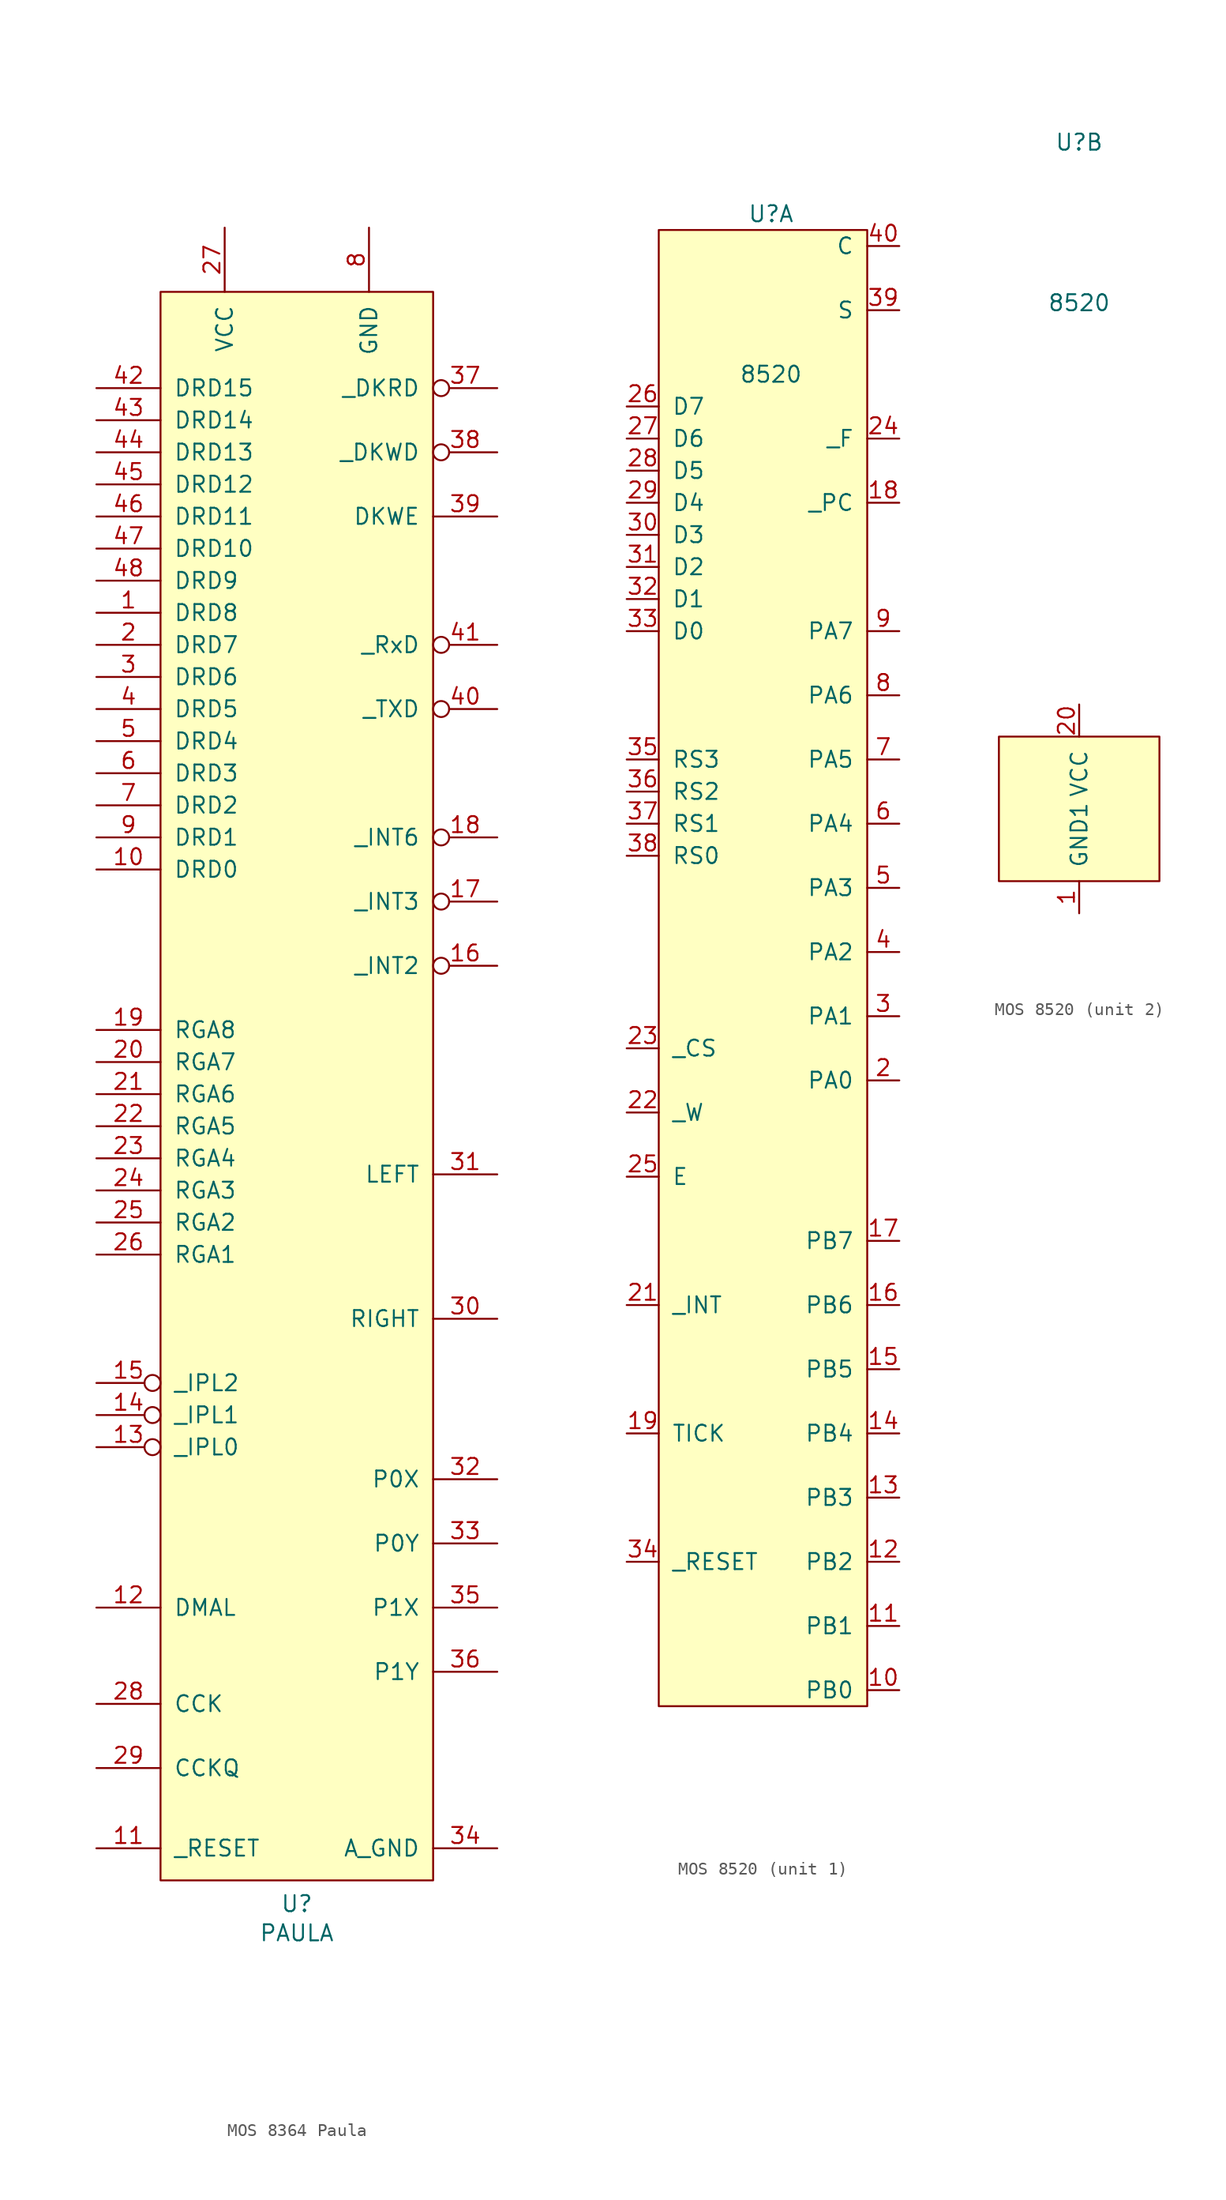
<source format=kicad_sym>
(kicad_symbol_lib
  (version 20231120)
  (generator "kicad_symbol_editor")
  (generator_version "8.0")
  (symbol "MOS 8364 Paula"
    (pin_names
      (offset 1.016))
    (property "Reference" "U"
      (at -0.635 -69.164 0)
      (effects (font (size 1.27 1.27))))
    (property "Value" "PAULA"
      (at -0.635 -71.476 0)
      (effects (font (size 1.27 1.27))))
    (symbol "MOS 8364 Paula_0_1"
      (rectangle (start -11.43 58.42) (end 10.16 -67.31) (stroke (width 0) (type solid)) (fill (type background))))
    (symbol "MOS 8364 Paula_1_1"
      (pin passive line (at -16.51 33.02 0) (length 5.08) (name "DRD8" (effects (font (size 1.27 1.27)))) (number "1" (effects (font (size 1.27 1.27)))))
      (pin passive line (at -16.51 12.7 0) (length 5.08) (name "DRD0" (effects (font (size 1.27 1.27)))) (number "10" (effects (font (size 1.27 1.27)))))
      (pin passive line (at -16.51 -64.77 0) (length 5.08) (name "_RESET" (effects (font (size 1.27 1.27)))) (number "11" (effects (font (size 1.27 1.27)))))
      (pin passive line (at -16.51 -45.72 0) (length 5.08) (name "DMAL" (effects (font (size 1.27 1.27)))) (number "12" (effects (font (size 1.27 1.27)))))
      (pin passive inverted (at -16.51 -33.02 0) (length 5.08) (name "_IPL0" (effects (font (size 1.27 1.27)))) (number "13" (effects (font (size 1.27 1.27)))))
      (pin passive inverted (at -16.51 -30.48 0) (length 5.08) (name "_IPL1" (effects (font (size 1.27 1.27)))) (number "14" (effects (font (size 1.27 1.27)))))
      (pin passive inverted (at -16.51 -27.94 0) (length 5.08) (name "_IPL2" (effects (font (size 1.27 1.27)))) (number "15" (effects (font (size 1.27 1.27)))))
      (pin passive inverted (at 15.24 5.08 180) (length 5.08) (name "_INT2" (effects (font (size 1.27 1.27)))) (number "16" (effects (font (size 1.27 1.27)))))
      (pin passive inverted (at 15.24 10.16 180) (length 5.08) (name "_INT3" (effects (font (size 1.27 1.27)))) (number "17" (effects (font (size 1.27 1.27)))))
      (pin passive inverted (at 15.24 15.24 180) (length 5.08) (name "_INT6" (effects (font (size 1.27 1.27)))) (number "18" (effects (font (size 1.27 1.27)))))
      (pin passive line (at -16.51 0 0) (length 5.08) (name "RGA8" (effects (font (size 1.27 1.27)))) (number "19" (effects (font (size 1.27 1.27)))))
      (pin passive line (at -16.51 30.48 0) (length 5.08) (name "DRD7" (effects (font (size 1.27 1.27)))) (number "2" (effects (font (size 1.27 1.27)))))
      (pin passive line (at -16.51 -2.54 0) (length 5.08) (name "RGA7" (effects (font (size 1.27 1.27)))) (number "20" (effects (font (size 1.27 1.27)))))
      (pin passive line (at -16.51 -5.08 0) (length 5.08) (name "RGA6" (effects (font (size 1.27 1.27)))) (number "21" (effects (font (size 1.27 1.27)))))
      (pin passive line (at -16.51 -7.62 0) (length 5.08) (name "RGA5" (effects (font (size 1.27 1.27)))) (number "22" (effects (font (size 1.27 1.27)))))
      (pin passive line (at -16.51 -10.16 0) (length 5.08) (name "RGA4" (effects (font (size 1.27 1.27)))) (number "23" (effects (font (size 1.27 1.27)))))
      (pin passive line (at -16.51 -12.7 0) (length 5.08) (name "RGA3" (effects (font (size 1.27 1.27)))) (number "24" (effects (font (size 1.27 1.27)))))
      (pin passive line (at -16.51 -15.24 0) (length 5.08) (name "RGA2" (effects (font (size 1.27 1.27)))) (number "25" (effects (font (size 1.27 1.27)))))
      (pin passive line (at -16.51 -17.78 0) (length 5.08) (name "RGA1" (effects (font (size 1.27 1.27)))) (number "26" (effects (font (size 1.27 1.27)))))
      (pin passive line (at -6.35 63.5 270) (length 5.08) (name "VCC" (effects (font (size 1.27 1.27)))) (number "27" (effects (font (size 1.27 1.27)))))
      (pin passive line (at -16.51 -53.34 0) (length 5.08) (name "CCK" (effects (font (size 1.27 1.27)))) (number "28" (effects (font (size 1.27 1.27)))))
      (pin passive line (at -16.51 -58.42 0) (length 5.08) (name "CCKQ" (effects (font (size 1.27 1.27)))) (number "29" (effects (font (size 1.27 1.27)))))
      (pin passive line (at -16.51 27.94 0) (length 5.08) (name "DRD6" (effects (font (size 1.27 1.27)))) (number "3" (effects (font (size 1.27 1.27)))))
      (pin passive line (at 15.24 -22.86 180) (length 5.08) (name "RIGHT" (effects (font (size 1.27 1.27)))) (number "30" (effects (font (size 1.27 1.27)))))
      (pin passive line (at 15.24 -11.43 180) (length 5.08) (name "LEFT" (effects (font (size 1.27 1.27)))) (number "31" (effects (font (size 1.27 1.27)))))
      (pin passive line (at 15.24 -35.56 180) (length 5.08) (name "P0X" (effects (font (size 1.27 1.27)))) (number "32" (effects (font (size 1.27 1.27)))))
      (pin passive line (at 15.24 -40.64 180) (length 5.08) (name "P0Y" (effects (font (size 1.27 1.27)))) (number "33" (effects (font (size 1.27 1.27)))))
      (pin passive line (at 15.24 -64.77 180) (length 5.08) (name "A_GND" (effects (font (size 1.27 1.27)))) (number "34" (effects (font (size 1.27 1.27)))))
      (pin passive line (at 15.24 -45.72 180) (length 5.08) (name "P1X" (effects (font (size 1.27 1.27)))) (number "35" (effects (font (size 1.27 1.27)))))
      (pin passive line (at 15.24 -50.8 180) (length 5.08) (name "P1Y" (effects (font (size 1.27 1.27)))) (number "36" (effects (font (size 1.27 1.27)))))
      (pin passive inverted (at 15.24 50.8 180) (length 5.08) (name "_DKRD" (effects (font (size 1.27 1.27)))) (number "37" (effects (font (size 1.27 1.27)))))
      (pin passive inverted (at 15.24 45.72 180) (length 5.08) (name "_DKWD" (effects (font (size 1.27 1.27)))) (number "38" (effects (font (size 1.27 1.27)))))
      (pin passive line (at 15.24 40.64 180) (length 5.08) (name "DKWE" (effects (font (size 1.27 1.27)))) (number "39" (effects (font (size 1.27 1.27)))))
      (pin passive line (at -16.51 25.4 0) (length 5.08) (name "DRD5" (effects (font (size 1.27 1.27)))) (number "4" (effects (font (size 1.27 1.27)))))
      (pin passive inverted (at 15.24 25.4 180) (length 5.08) (name "_TXD" (effects (font (size 1.27 1.27)))) (number "40" (effects (font (size 1.27 1.27)))))
      (pin passive inverted (at 15.24 30.48 180) (length 5.08) (name "_RxD" (effects (font (size 1.27 1.27)))) (number "41" (effects (font (size 1.27 1.27)))))
      (pin passive line (at -16.51 50.8 0) (length 5.08) (name "DRD15" (effects (font (size 1.27 1.27)))) (number "42" (effects (font (size 1.27 1.27)))))
      (pin passive line (at -16.51 48.26 0) (length 5.08) (name "DRD14" (effects (font (size 1.27 1.27)))) (number "43" (effects (font (size 1.27 1.27)))))
      (pin passive line (at -16.51 45.72 0) (length 5.08) (name "DRD13" (effects (font (size 1.27 1.27)))) (number "44" (effects (font (size 1.27 1.27)))))
      (pin passive line (at -16.51 43.18 0) (length 5.08) (name "DRD12" (effects (font (size 1.27 1.27)))) (number "45" (effects (font (size 1.27 1.27)))))
      (pin passive line (at -16.51 40.64 0) (length 5.08) (name "DRD11" (effects (font (size 1.27 1.27)))) (number "46" (effects (font (size 1.27 1.27)))))
      (pin passive line (at -16.51 38.1 0) (length 5.08) (name "DRD10" (effects (font (size 1.27 1.27)))) (number "47" (effects (font (size 1.27 1.27)))))
      (pin passive line (at -16.51 35.56 0) (length 5.08) (name "DRD9" (effects (font (size 1.27 1.27)))) (number "48" (effects (font (size 1.27 1.27)))))
      (pin passive line (at -16.51 22.86 0) (length 5.08) (name "DRD4" (effects (font (size 1.27 1.27)))) (number "5" (effects (font (size 1.27 1.27)))))
      (pin passive line (at -16.51 20.32 0) (length 5.08) (name "DRD3" (effects (font (size 1.27 1.27)))) (number "6" (effects (font (size 1.27 1.27)))))
      (pin passive line (at -16.51 17.78 0) (length 5.08) (name "DRD2" (effects (font (size 1.27 1.27)))) (number "7" (effects (font (size 1.27 1.27)))))
      (pin passive line (at 5.08 63.5 270) (length 5.08) (name "GND" (effects (font (size 1.27 1.27)))) (number "8" (effects (font (size 1.27 1.27)))))
      (pin passive line (at -16.51 15.24 0) (length 5.08) (name "DRD1" (effects (font (size 1.27 1.27)))) (number "9" (effects (font (size 1.27 1.27)))))))
  (symbol "MOS 8520"
    (pin_names
      (offset 1.016))
    (property "Reference" "U"
      (at 0 53.34 0)
      (effects (font (size 1.27 1.27))))
    (property "Value" "8520"
      (at 0 40.64 0)
      (effects (font (size 1.27 1.27))))
    (property "ki_locked" ""
      (at 0 0 0)
      (effects (font (size 1.27 1.27))))
    (symbol "MOS 8520_1_1"
      (rectangle (start -8.89 52.07) (end 7.62 -64.77) (stroke (width 0) (type solid)) (fill (type background)))
      (pin bidirectional line (at 10.16 -63.5 180) (length 2.54) (name "PB0" (effects (font (size 1.27 1.27)))) (number "10" (effects (font (size 1.27 1.27)))))
      (pin bidirectional line (at 10.16 -58.42 180) (length 2.54) (name "PB1" (effects (font (size 1.27 1.27)))) (number "11" (effects (font (size 1.27 1.27)))))
      (pin bidirectional line (at 10.16 -53.34 180) (length 2.54) (name "PB2" (effects (font (size 1.27 1.27)))) (number "12" (effects (font (size 1.27 1.27)))))
      (pin bidirectional line (at 10.16 -48.26 180) (length 2.54) (name "PB3" (effects (font (size 1.27 1.27)))) (number "13" (effects (font (size 1.27 1.27)))))
      (pin bidirectional line (at 10.16 -43.18 180) (length 2.54) (name "PB4" (effects (font (size 1.27 1.27)))) (number "14" (effects (font (size 1.27 1.27)))))
      (pin bidirectional line (at 10.16 -38.1 180) (length 2.54) (name "PB5" (effects (font (size 1.27 1.27)))) (number "15" (effects (font (size 1.27 1.27)))))
      (pin bidirectional line (at 10.16 -33.02 180) (length 2.54) (name "PB6" (effects (font (size 1.27 1.27)))) (number "16" (effects (font (size 1.27 1.27)))))
      (pin bidirectional line (at 10.16 -27.94 180) (length 2.54) (name "PB7" (effects (font (size 1.27 1.27)))) (number "17" (effects (font (size 1.27 1.27)))))
      (pin output line (at 10.16 30.48 180) (length 2.54) (name "_PC" (effects (font (size 1.27 1.27)))) (number "18" (effects (font (size 1.27 1.27)))))
      (pin input line (at -11.43 -43.18 0) (length 2.54) (name "TICK" (effects (font (size 1.27 1.27)))) (number "19" (effects (font (size 1.27 1.27)))))
      (pin bidirectional line (at 10.16 -15.24 180) (length 2.54) (name "PA0" (effects (font (size 1.27 1.27)))) (number "2" (effects (font (size 1.27 1.27)))))
      (pin output line (at -11.43 -33.02 0) (length 2.54) (name "_INT" (effects (font (size 1.27 1.27)))) (number "21" (effects (font (size 1.27 1.27)))))
      (pin input line (at -11.43 -17.78 0) (length 2.54) (name "_W" (effects (font (size 1.27 1.27)))) (number "22" (effects (font (size 1.27 1.27)))))
      (pin input line (at -11.43 -12.7 0) (length 2.54) (name "_CS" (effects (font (size 1.27 1.27)))) (number "23" (effects (font (size 1.27 1.27)))))
      (pin input line (at 10.16 35.56 180) (length 2.54) (name "_F" (effects (font (size 1.27 1.27)))) (number "24" (effects (font (size 1.27 1.27)))))
      (pin input line (at -11.43 -22.86 0) (length 2.54) (name "E" (effects (font (size 1.27 1.27)))) (number "25" (effects (font (size 1.27 1.27)))))
      (pin bidirectional line (at -11.43 38.1 0) (length 2.54) (name "D7" (effects (font (size 1.27 1.27)))) (number "26" (effects (font (size 1.27 1.27)))))
      (pin bidirectional line (at -11.43 35.56 0) (length 2.54) (name "D6" (effects (font (size 1.27 1.27)))) (number "27" (effects (font (size 1.27 1.27)))))
      (pin bidirectional line (at -11.43 33.02 0) (length 2.54) (name "D5" (effects (font (size 1.27 1.27)))) (number "28" (effects (font (size 1.27 1.27)))))
      (pin bidirectional line (at -11.43 30.48 0) (length 2.54) (name "D4" (effects (font (size 1.27 1.27)))) (number "29" (effects (font (size 1.27 1.27)))))
      (pin bidirectional line (at 10.16 -10.16 180) (length 2.54) (name "PA1" (effects (font (size 1.27 1.27)))) (number "3" (effects (font (size 1.27 1.27)))))
      (pin bidirectional line (at -11.43 27.94 0) (length 2.54) (name "D3" (effects (font (size 1.27 1.27)))) (number "30" (effects (font (size 1.27 1.27)))))
      (pin bidirectional line (at -11.43 25.4 0) (length 2.54) (name "D2" (effects (font (size 1.27 1.27)))) (number "31" (effects (font (size 1.27 1.27)))))
      (pin bidirectional line (at -11.43 22.86 0) (length 2.54) (name "D1" (effects (font (size 1.27 1.27)))) (number "32" (effects (font (size 1.27 1.27)))))
      (pin bidirectional line (at -11.43 20.32 0) (length 2.54) (name "D0" (effects (font (size 1.27 1.27)))) (number "33" (effects (font (size 1.27 1.27)))))
      (pin input line (at -11.43 -53.34 0) (length 2.54) (name "_RESET" (effects (font (size 1.27 1.27)))) (number "34" (effects (font (size 1.27 1.27)))))
      (pin input line (at -11.43 10.16 0) (length 2.54) (name "RS3" (effects (font (size 1.27 1.27)))) (number "35" (effects (font (size 1.27 1.27)))))
      (pin input line (at -11.43 7.62 0) (length 2.54) (name "RS2" (effects (font (size 1.27 1.27)))) (number "36" (effects (font (size 1.27 1.27)))))
      (pin input line (at -11.43 5.08 0) (length 2.54) (name "RS1" (effects (font (size 1.27 1.27)))) (number "37" (effects (font (size 1.27 1.27)))))
      (pin input line (at -11.43 2.54 0) (length 2.54) (name "RS0" (effects (font (size 1.27 1.27)))) (number "38" (effects (font (size 1.27 1.27)))))
      (pin input line (at 10.16 45.72 180) (length 2.54) (name "S" (effects (font (size 1.27 1.27)))) (number "39" (effects (font (size 1.27 1.27)))))
      (pin bidirectional line (at 10.16 -5.08 180) (length 2.54) (name "PA2" (effects (font (size 1.27 1.27)))) (number "4" (effects (font (size 1.27 1.27)))))
      (pin input line (at 10.16 50.8 180) (length 2.54) (name "C" (effects (font (size 1.27 1.27)))) (number "40" (effects (font (size 1.27 1.27)))))
      (pin bidirectional line (at 10.16 0 180) (length 2.54) (name "PA3" (effects (font (size 1.27 1.27)))) (number "5" (effects (font (size 1.27 1.27)))))
      (pin bidirectional line (at 10.16 5.08 180) (length 2.54) (name "PA4" (effects (font (size 1.27 1.27)))) (number "6" (effects (font (size 1.27 1.27)))))
      (pin bidirectional line (at 10.16 10.16 180) (length 2.54) (name "PA5" (effects (font (size 1.27 1.27)))) (number "7" (effects (font (size 1.27 1.27)))))
      (pin bidirectional line (at 10.16 15.24 180) (length 2.54) (name "PA6" (effects (font (size 1.27 1.27)))) (number "8" (effects (font (size 1.27 1.27)))))
      (pin bidirectional line (at 10.16 20.32 180) (length 2.54) (name "PA7" (effects (font (size 1.27 1.27)))) (number "9" (effects (font (size 1.27 1.27))))))
    (symbol "MOS 8520_2_1"
      (rectangle (start -6.35 6.35) (end 6.35 -5.08) (stroke (width 0) (type solid)) (fill (type background)))
      (pin power_in line (at 0 -7.62 90) (length 2.54) (name "GND1" (effects (font (size 1.27 1.27)))) (number "1" (effects (font (size 1.27 1.27)))))
      (pin power_in line (at 0 8.89 270) (length 2.54) (name "VCC" (effects (font (size 1.27 1.27)))) (number "20" (effects (font (size 1.27 1.27))))))))
</source>
